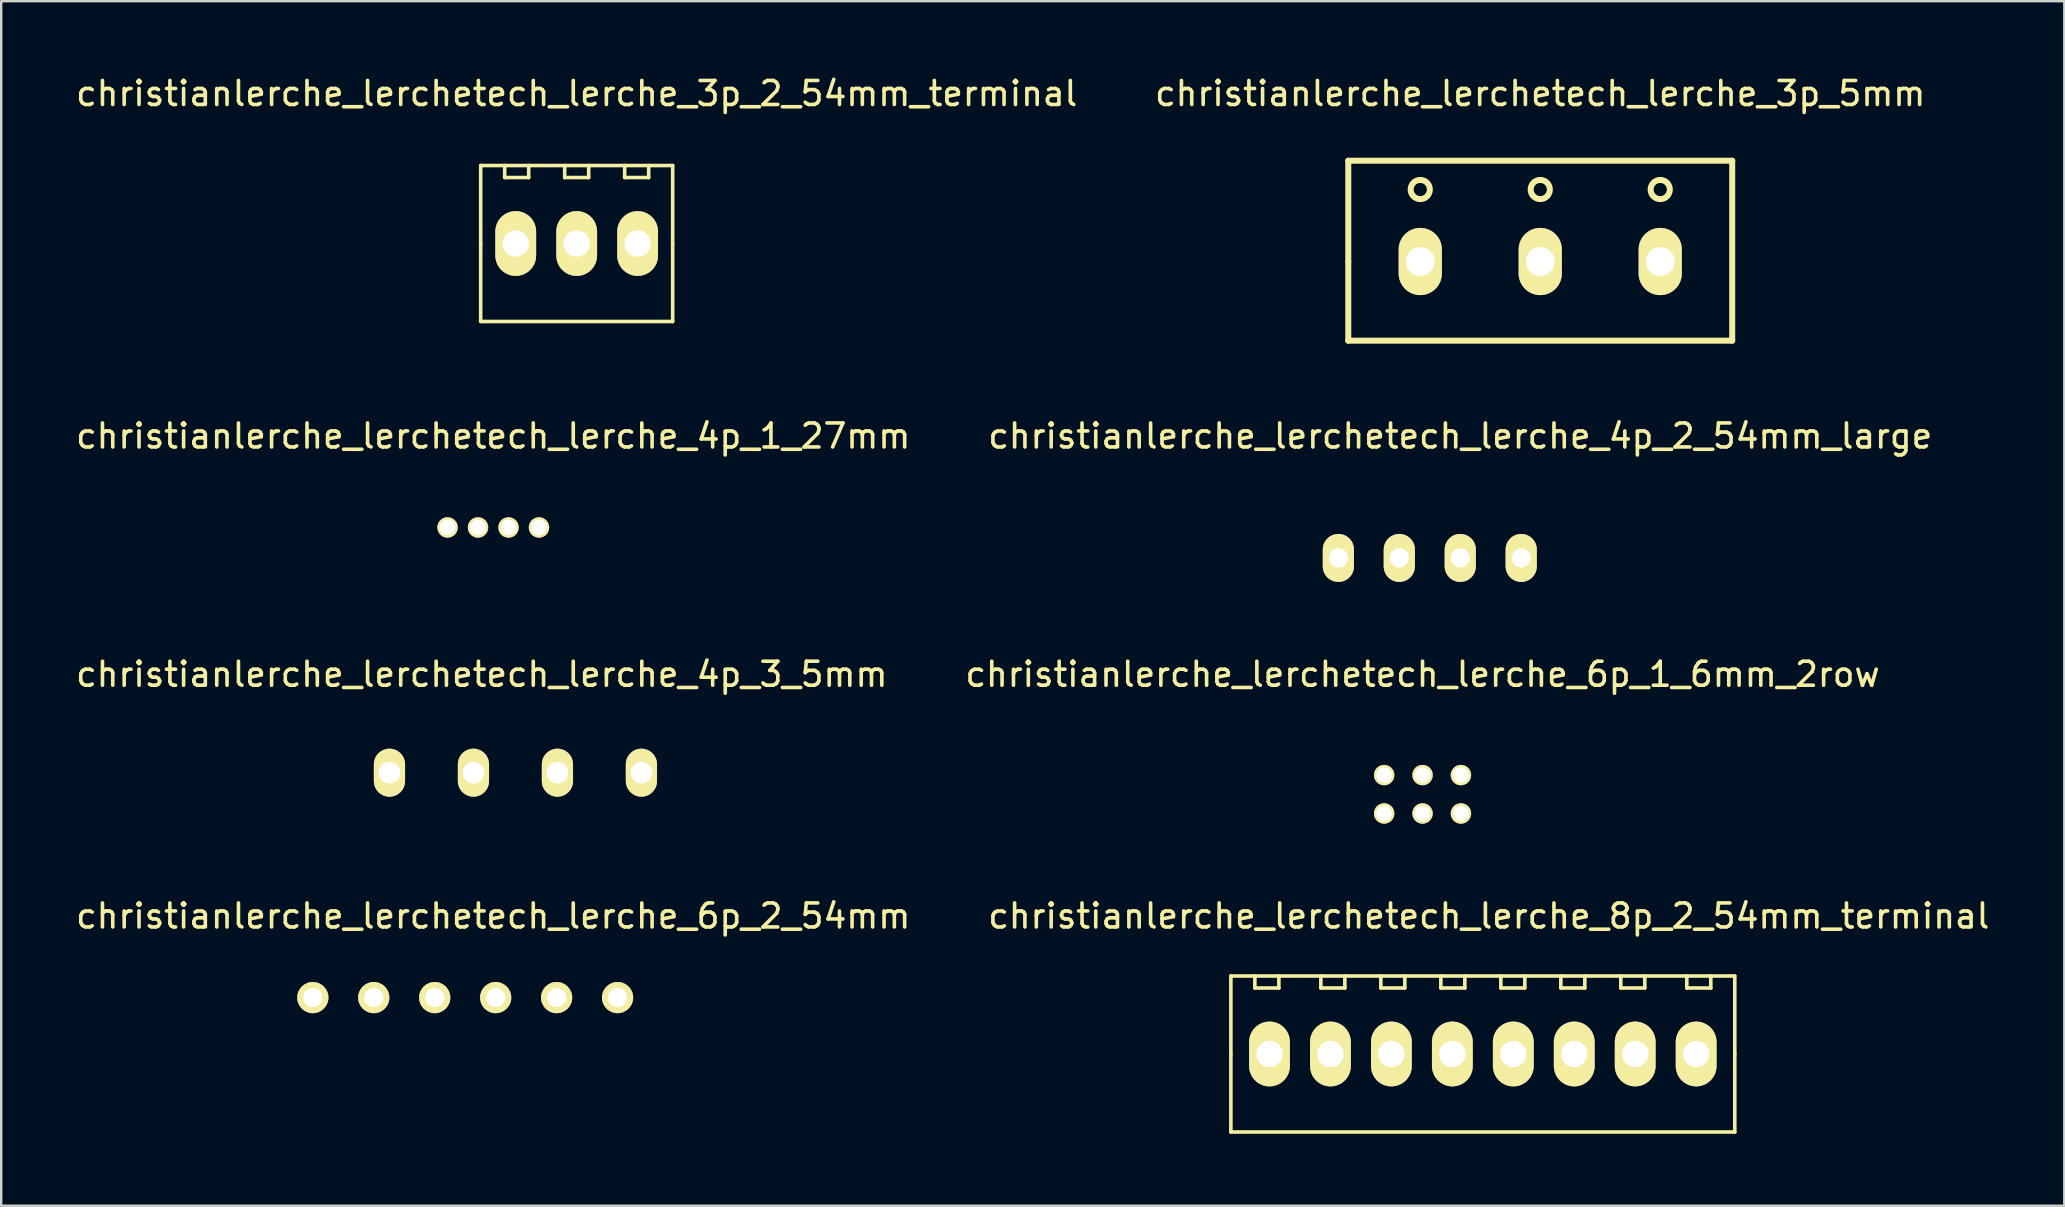
<source format=kicad_pcb>
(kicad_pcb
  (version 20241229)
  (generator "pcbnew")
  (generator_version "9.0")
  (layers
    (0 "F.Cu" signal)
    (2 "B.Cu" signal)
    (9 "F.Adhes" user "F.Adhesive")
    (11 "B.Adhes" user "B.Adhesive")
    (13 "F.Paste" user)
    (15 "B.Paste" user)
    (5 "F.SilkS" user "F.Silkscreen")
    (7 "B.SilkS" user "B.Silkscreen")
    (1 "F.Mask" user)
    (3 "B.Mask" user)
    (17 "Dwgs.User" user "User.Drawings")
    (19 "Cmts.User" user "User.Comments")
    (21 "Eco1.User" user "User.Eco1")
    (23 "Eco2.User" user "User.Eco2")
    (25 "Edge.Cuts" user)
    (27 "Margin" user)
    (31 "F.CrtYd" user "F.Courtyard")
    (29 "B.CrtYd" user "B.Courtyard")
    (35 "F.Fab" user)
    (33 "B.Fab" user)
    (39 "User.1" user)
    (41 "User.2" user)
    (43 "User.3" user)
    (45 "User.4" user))
  (footprint "christianlerche_lerchetech_lerche_3p_2_54mm_terminal"
    (layer "F.Cu")
    (at 20.982 7.098)
    (property "Reference" "christianlerche_lerchetech_lerche_3p_2_54mm_terminal" (at 0 -6.25 0) (layer "F.SilkS") (effects (font (size 1 1) (thickness 0.15))))
    (attr through_hole)
    (fp_line (start -4 -3.25) (end 4 -3.25) (stroke (width 0.15) (type solid)) (layer "F.SilkS"))
    (fp_line (start -4 0) (end -4 -3.25) (stroke (width 0.15) (type solid)) (layer "F.SilkS"))
    (fp_line (start -4 3.25) (end -4 0) (stroke (width 0.15) (type solid)) (layer "F.SilkS"))
    (fp_line (start -3 -3.25) (end -3 -2.75) (stroke (width 0.15) (type solid)) (layer "F.SilkS"))
    (fp_line (start -3 -2.75) (end -2 -2.75) (stroke (width 0.15) (type solid)) (layer "F.SilkS"))
    (fp_line (start -2 -2.75) (end -2 -3.25) (stroke (width 0.15) (type solid)) (layer "F.SilkS"))
    (fp_line (start -0.5 -3.25) (end -0.5 -2.75) (stroke (width 0.15) (type solid)) (layer "F.SilkS"))
    (fp_line (start -0.5 -2.75) (end 0.5 -2.75) (stroke (width 0.15) (type solid)) (layer "F.SilkS"))
    (fp_line (start 0.5 -2.75) (end 0.5 -3.25) (stroke (width 0.15) (type solid)) (layer "F.SilkS"))
    (fp_line (start 2 -3.25) (end 2 -2.75) (stroke (width 0.15) (type solid)) (layer "F.SilkS"))
    (fp_line (start 2 -2.75) (end 3 -2.75) (stroke (width 0.15) (type solid)) (layer "F.SilkS"))
    (fp_line (start 3 -2.75) (end 3 -3.25) (stroke (width 0.15) (type solid)) (layer "F.SilkS"))
    (fp_line (start 4 -3.25) (end 4 0) (stroke (width 0.15) (type solid)) (layer "F.SilkS"))
    (fp_line (start 4 0) (end 4 3.25) (stroke (width 0.15) (type solid)) (layer "F.SilkS"))
    (fp_line (start 4 3.25) (end -4 3.25) (stroke (width 0.15) (type solid)) (layer "F.SilkS"))
    (pad "1" thru_hole oval (at -2.54 0) (size 1.7 2.7) (drill 1.1) (layers "*.Cu" "*.Mask" "F.SilkS"))
    (pad "2" thru_hole oval (at 0 0) (size 1.7 2.7) (drill 1.1) (layers "*.Cu" "*.Mask" "F.SilkS"))
    (pad "3" thru_hole oval (at 2.54 0) (size 1.7 2.7) (drill 1.1) (layers "*.Cu" "*.Mask" "F.SilkS")))
  (footprint "christianlerche_lerchetech_lerche_6p_1_6mm_2row"
    (layer "F.Cu")
    (at 56.232 30.05)
    (property "Reference" "christianlerche_lerchetech_lerche_6p_1_6mm_2row" (at 0 -5 0) (layer "F.SilkS") (effects (font (size 1 1) (thickness 0.15))))
    (attr through_hole)
    (pad "1" thru_hole circle (at -1.6 -0.8) (size 0.85 0.85) (drill 0.65) (layers "*.Cu" "*.Mask" "F.SilkS"))
    (pad "2" thru_hole circle (at -1.6 0.8) (size 0.85 0.85) (drill 0.65) (layers "*.Cu" "*.Mask" "F.SilkS"))
    (pad "3" thru_hole circle (at 0 -0.8) (size 0.85 0.85) (drill 0.65) (layers "*.Cu" "*.Mask" "F.SilkS"))
    (pad "4" thru_hole circle (at 0 0.8) (size 0.85 0.85) (drill 0.65) (layers "*.Cu" "*.Mask" "F.SilkS"))
    (pad "5" thru_hole circle (at 1.6 -0.8) (size 0.85 0.85) (drill 0.65) (layers "*.Cu" "*.Mask" "F.SilkS"))
    (pad "6" thru_hole circle (at 1.6 0.8) (size 0.85 0.85) (drill 0.65) (layers "*.Cu" "*.Mask" "F.SilkS")))
  (footprint "christianlerche_lerchetech_lerche_3p_5mm"
    (layer "F.Cu")
    (at 61.137 7.848)
    (property "Reference" "christianlerche_lerchetech_lerche_3p_5mm" (at 0 -7 0) (layer "F.SilkS") (effects (font (size 1 1) (thickness 0.15))))
    (attr through_hole)
    (fp_line (start -8 -4.2) (end -8 0) (stroke (width 0.25) (type solid)) (layer "F.SilkS"))
    (fp_line (start -8 0) (end -8 3.3) (stroke (width 0.25) (type solid)) (layer "F.SilkS"))
    (fp_line (start -8 3.3) (end 8 3.3) (stroke (width 0.25) (type solid)) (layer "F.SilkS"))
    (fp_line (start 8 -4.2) (end -8 -4.2) (stroke (width 0.25) (type solid)) (layer "F.SilkS"))
    (fp_line (start 8 3.3) (end 8 -4.2) (stroke (width 0.25) (type solid)) (layer "F.SilkS"))
    (fp_circle (center -5 -3) (end -5 -2.6) (stroke (width 0.25) (type solid)) (fill no) (layer "F.SilkS"))
    (fp_circle (center 0 -3) (end 0 -2.6) (stroke (width 0.25) (type solid)) (fill no) (layer "F.SilkS"))
    (fp_circle (center 5 -3) (end 5 -2.6) (stroke (width 0.25) (type solid)) (fill no) (layer "F.SilkS"))
    (pad "1" thru_hole oval (at -5 0) (size 1.8 2.8) (drill 1.2) (layers "*.Cu" "*.Mask" "F.SilkS"))
    (pad "2" thru_hole oval (at 0 0) (size 1.8 2.8) (drill 1.2) (layers "*.Cu" "*.Mask" "F.SilkS"))
    (pad "3" thru_hole oval (at 5 0) (size 1.8 2.8) (drill 1.2) (layers "*.Cu" "*.Mask" "F.SilkS")))
  (footprint "christianlerche_lerchetech_lerche_8p_2_54mm_terminal"
    (layer "F.Cu")
    (at 58.744 40.873)
    (property "Reference" "christianlerche_lerchetech_lerche_8p_2_54mm_terminal" (at 0.25 -5.75 0) (layer "F.SilkS") (effects (font (size 1 1) (thickness 0.15))))
    (attr through_hole)
    (fp_line (start -10.5 -3.25) (end 10.5 -3.25) (stroke (width 0.15) (type solid)) (layer "F.SilkS"))
    (fp_line (start -10.5 0) (end -10.5 -3.25) (stroke (width 0.15) (type solid)) (layer "F.SilkS"))
    (fp_line (start -10.5 3.25) (end -10.5 0) (stroke (width 0.15) (type solid)) (layer "F.SilkS"))
    (fp_line (start -9.5 -3.25) (end -9.5 -2.75) (stroke (width 0.15) (type solid)) (layer "F.SilkS"))
    (fp_line (start -9.5 -2.75) (end -8.5 -2.75) (stroke (width 0.15) (type solid)) (layer "F.SilkS"))
    (fp_line (start -8.5 -2.75) (end -8.5 -3.25) (stroke (width 0.15) (type solid)) (layer "F.SilkS"))
    (fp_line (start -6.75 -3.25) (end -6.75 -2.75) (stroke (width 0.15) (type solid)) (layer "F.SilkS"))
    (fp_line (start -6.75 -2.75) (end -5.75 -2.75) (stroke (width 0.15) (type solid)) (layer "F.SilkS"))
    (fp_line (start -5.75 -2.75) (end -5.75 -3.25) (stroke (width 0.15) (type solid)) (layer "F.SilkS"))
    (fp_line (start -4.25 -3.25) (end -4.25 -2.75) (stroke (width 0.15) (type solid)) (layer "F.SilkS"))
    (fp_line (start -4.25 -2.75) (end -3.25 -2.75) (stroke (width 0.15) (type solid)) (layer "F.SilkS"))
    (fp_line (start -3.25 -2.75) (end -3.25 -3.25) (stroke (width 0.15) (type solid)) (layer "F.SilkS"))
    (fp_line (start -1.75 -3.25) (end -1.75 -2.75) (stroke (width 0.15) (type solid)) (layer "F.SilkS"))
    (fp_line (start -1.75 -2.75) (end -0.75 -2.75) (stroke (width 0.15) (type solid)) (layer "F.SilkS"))
    (fp_line (start -0.75 -2.75) (end -0.75 -3.25) (stroke (width 0.15) (type solid)) (layer "F.SilkS"))
    (fp_line (start 0.75 -3.25) (end 0.75 -2.75) (stroke (width 0.15) (type solid)) (layer "F.SilkS"))
    (fp_line (start 0.75 -2.75) (end 1.75 -2.75) (stroke (width 0.15) (type solid)) (layer "F.SilkS"))
    (fp_line (start 1.75 -2.75) (end 1.75 -3.25) (stroke (width 0.15) (type solid)) (layer "F.SilkS"))
    (fp_line (start 3.25 -3.25) (end 3.25 -2.75) (stroke (width 0.15) (type solid)) (layer "F.SilkS"))
    (fp_line (start 3.25 -2.75) (end 4.25 -2.75) (stroke (width 0.15) (type solid)) (layer "F.SilkS"))
    (fp_line (start 4.25 -2.75) (end 4.25 -3.25) (stroke (width 0.15) (type solid)) (layer "F.SilkS"))
    (fp_line (start 5.75 -3.25) (end 5.75 -2.75) (stroke (width 0.15) (type solid)) (layer "F.SilkS"))
    (fp_line (start 5.75 -2.75) (end 6.75 -2.75) (stroke (width 0.15) (type solid)) (layer "F.SilkS"))
    (fp_line (start 6.75 -2.75) (end 6.75 -3.25) (stroke (width 0.15) (type solid)) (layer "F.SilkS"))
    (fp_line (start 8.5 -3.25) (end 8.5 -2.75) (stroke (width 0.15) (type solid)) (layer "F.SilkS"))
    (fp_line (start 8.5 -2.75) (end 9.5 -2.75) (stroke (width 0.15) (type solid)) (layer "F.SilkS"))
    (fp_line (start 9.5 -2.75) (end 9.5 -3.25) (stroke (width 0.15) (type solid)) (layer "F.SilkS"))
    (fp_line (start 10.5 -3.25) (end 10.5 0) (stroke (width 0.15) (type solid)) (layer "F.SilkS"))
    (fp_line (start 10.5 0) (end 10.5 3.25) (stroke (width 0.15) (type solid)) (layer "F.SilkS"))
    (fp_line (start 10.5 3.25) (end -10.5 3.25) (stroke (width 0.15) (type solid)) (layer "F.SilkS"))
    (pad "1" thru_hole oval (at -8.89 0) (size 1.7 2.7) (drill 1.1) (layers "*.Cu" "*.Mask" "F.SilkS"))
    (pad "2" thru_hole oval (at -6.35 0) (size 1.7 2.7) (drill 1.1) (layers "*.Cu" "*.Mask" "F.SilkS"))
    (pad "3" thru_hole oval (at -3.81 0) (size 1.7 2.7) (drill 1.1) (layers "*.Cu" "*.Mask" "F.SilkS"))
    (pad "4" thru_hole oval (at -1.27 0) (size 1.7 2.7) (drill 1.1) (layers "*.Cu" "*.Mask" "F.SilkS"))
    (pad "5" thru_hole oval (at 1.27 0) (size 1.7 2.7) (drill 1.1) (layers "*.Cu" "*.Mask" "F.SilkS"))
    (pad "6" thru_hole oval (at 3.81 0) (size 1.7 2.7) (drill 1.1) (layers "*.Cu" "*.Mask" "F.SilkS"))
    (pad "7" thru_hole oval (at 6.35 0) (size 1.7 2.7) (drill 1.1) (layers "*.Cu" "*.Mask" "F.SilkS"))
    (pad "8" thru_hole oval (at 8.89 0) (size 1.7 2.7) (drill 1.1) (layers "*.Cu" "*.Mask" "F.SilkS")))
  (footprint "christianlerche_lerchetech_lerche_4p_3_5mm"
    (layer "F.Cu")
    (at 18.43 29.15)
    (property "Reference" "christianlerche_lerchetech_lerche_4p_3_5mm" (at -1.4 -4.1 0) (layer "F.SilkS") (effects (font (size 1 1) (thickness 0.15))))
    (attr through_hole)
    (pad "1" thru_hole oval (at -5.25 0) (size 1.3 2) (drill 0.9) (layers "*.Cu" "*.Mask" "F.SilkS"))
    (pad "2" thru_hole oval (at -1.75 0) (size 1.3 2) (drill 0.9) (layers "*.Cu" "*.Mask" "F.SilkS"))
    (pad "3" thru_hole oval (at 1.75 0) (size 1.3 2) (drill 0.9) (layers "*.Cu" "*.Mask" "F.SilkS"))
    (pad "4" thru_hole oval (at 5.25 0) (size 1.3 2) (drill 0.9) (layers "*.Cu" "*.Mask" "F.SilkS")))
  (footprint "christianlerche_lerchetech_lerche_4p_2_54mm_large"
    (layer "F.Cu")
    (at 57.804 20.201)
    (property "Reference" "christianlerche_lerchetech_lerche_4p_2_54mm_large" (at 0 -5.08 0) (layer "F.SilkS") (effects (font (size 1 1) (thickness 0.15))))
    (attr through_hole)
    (pad "1" thru_hole oval (at -5.08 0) (size 1.3 2) (drill 0.8) (layers "*.Cu" "*.Mask" "F.SilkS"))
    (pad "2" thru_hole oval (at -2.54 0) (size 1.3 2) (drill 0.8) (layers "*.Cu" "*.Mask" "F.SilkS"))
    (pad "3" thru_hole oval (at 0 0) (size 1.3 2) (drill 0.8) (layers "*.Cu" "*.Mask" "F.SilkS"))
    (pad "4" thru_hole oval (at 2.54 0) (size 1.3 2) (drill 0.8) (layers "*.Cu" "*.Mask" "F.SilkS")))
  (footprint "christianlerche_lerchetech_lerche_6p_2_54mm"
    (layer "F.Cu")
    (at 17.606 38.523)
    (property "Reference" "christianlerche_lerchetech_lerche_6p_2_54mm" (at -0.1 -3.4 0) (layer "F.SilkS") (effects (font (size 1 1) (thickness 0.15))))
    (attr through_hole)
    (pad "1" thru_hole circle (at -7.62 0) (size 1.3 1.3) (drill 0.8) (layers "*.Cu" "*.Mask" "F.SilkS"))
    (pad "2" thru_hole circle (at -5.08 0) (size 1.3 1.3) (drill 0.8) (layers "*.Cu" "*.Mask" "F.SilkS"))
    (pad "3" thru_hole circle (at -2.54 0) (size 1.3 1.3) (drill 0.8) (layers "*.Cu" "*.Mask" "F.SilkS"))
    (pad "4" thru_hole circle (at 0 0) (size 1.3 1.3) (drill 0.8) (layers "*.Cu" "*.Mask" "F.SilkS"))
    (pad "5" thru_hole circle (at 2.54 0) (size 1.3 1.3) (drill 0.8) (layers "*.Cu" "*.Mask" "F.SilkS"))
    (pad "6" thru_hole circle (at 5.08 0) (size 1.3 1.3) (drill 0.8) (layers "*.Cu" "*.Mask" "F.SilkS")))
  (footprint "christianlerche_lerchetech_lerche_4p_1_27mm"
    (layer "F.Cu")
    (at 17.506 18.931)
    (property "Reference" "christianlerche_lerchetech_lerche_4p_1_27mm" (at 0 -3.81 0) (layer "F.SilkS") (effects (font (size 1 1) (thickness 0.15))))
    (attr through_hole)
    (pad "1" thru_hole circle (at -1.905 0) (size 0.85 0.85) (drill 0.65) (layers "*.Cu" "*.Mask" "F.SilkS"))
    (pad "2" thru_hole circle (at -0.635 0) (size 0.85 0.85) (drill 0.65) (layers "*.Cu" "*.Mask" "F.SilkS"))
    (pad "3" thru_hole circle (at 0.635 0) (size 0.85 0.85) (drill 0.65) (layers "*.Cu" "*.Mask" "F.SilkS"))
    (pad "4" thru_hole circle (at 1.905 0) (size 0.85 0.85) (drill 0.65) (layers "*.Cu" "*.Mask" "F.SilkS")))
  (gr_rect
    (start -3 -3)
    (end 82.976 47.198)
    (stroke (width 0.1) (type default))
    (fill no)
    (layer "Edge.Cuts")))
</source>
